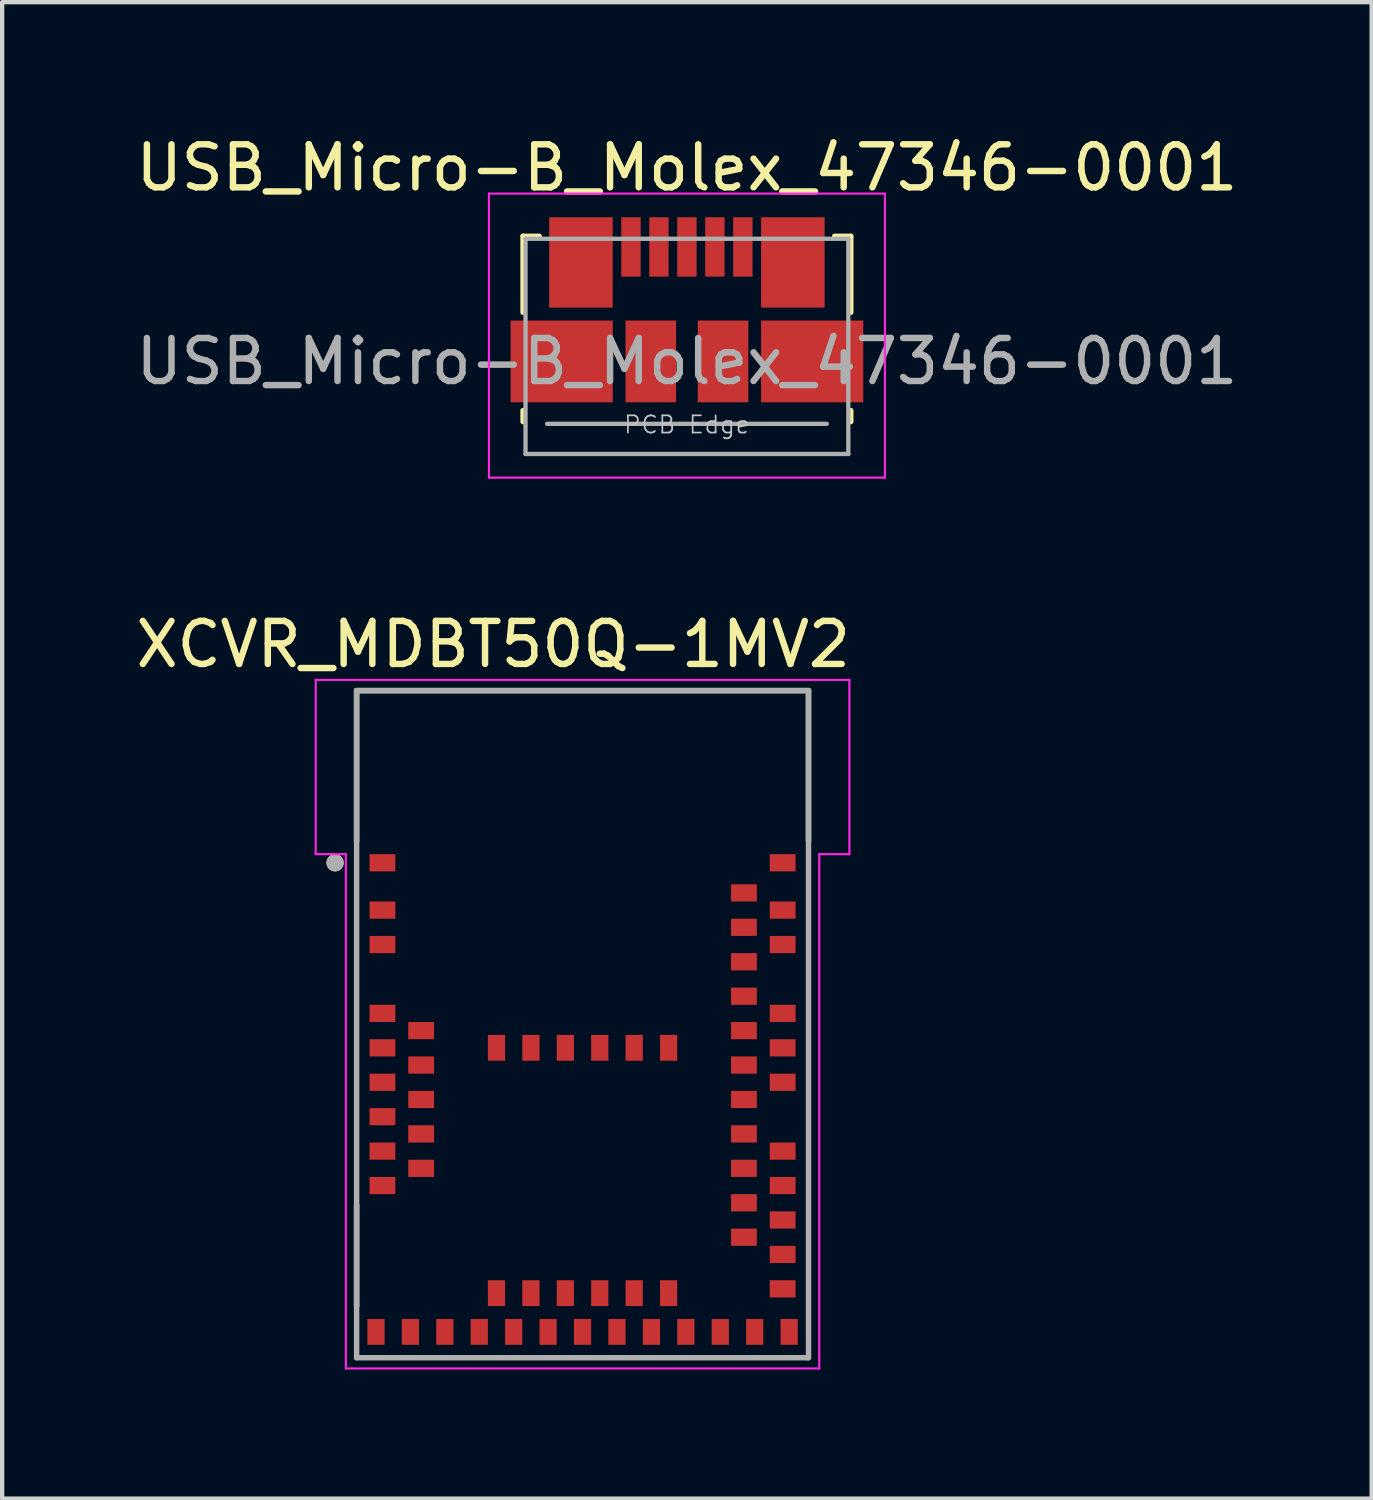
<source format=kicad_pcb>
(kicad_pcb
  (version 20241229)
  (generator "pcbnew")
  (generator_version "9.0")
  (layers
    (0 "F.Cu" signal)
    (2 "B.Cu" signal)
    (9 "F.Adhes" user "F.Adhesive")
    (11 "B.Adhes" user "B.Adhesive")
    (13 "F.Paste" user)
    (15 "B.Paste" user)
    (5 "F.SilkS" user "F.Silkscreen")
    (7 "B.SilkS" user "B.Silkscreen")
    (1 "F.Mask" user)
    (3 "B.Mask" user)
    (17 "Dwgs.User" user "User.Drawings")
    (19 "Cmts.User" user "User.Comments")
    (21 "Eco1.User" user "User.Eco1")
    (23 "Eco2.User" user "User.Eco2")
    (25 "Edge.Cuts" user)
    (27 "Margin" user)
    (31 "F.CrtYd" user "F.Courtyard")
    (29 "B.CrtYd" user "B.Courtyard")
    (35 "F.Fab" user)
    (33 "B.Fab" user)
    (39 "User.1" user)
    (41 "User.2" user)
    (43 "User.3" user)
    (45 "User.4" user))
  (footprint "XCVR_MDBT50Q-1MV2"
    (layer "F.Cu")
    (at 10.486 20.747)
    (property "Reference" "XCVR_MDBT50Q-1MV2" (at -2.075 -8.825 0) (layer "F.SilkS") (effects (font (size 1 1) (thickness 0.15))))
    (attr through_hole)
    (fp_line (start -5.25 -7.75) (end 5.25 -7.75) (stroke (width 0.127) (type solid)) (layer "F.SilkS"))
    (fp_line (start -5.25 -4.25) (end -5.25 -7.75) (stroke (width 0.127) (type solid)) (layer "F.SilkS"))
    (fp_line (start -5.25 4.2) (end -5.25 6.55) (stroke (width 0.127) (type solid)) (layer "F.SilkS"))
    (fp_line (start 5.25 -7.75) (end 5.25 -4.25) (stroke (width 0.127) (type solid)) (layer "F.SilkS"))
    (fp_circle (center -5.75 -3.75) (end -5.65 -3.75) (stroke (width 0.2) (type solid)) (fill no) (layer "F.SilkS"))
    (fp_line (start -6.2 -8) (end 6.2 -8) (stroke (width 0.05) (type solid)) (layer "F.CrtYd"))
    (fp_line (start -6.2 -3.95) (end -6.2 -8) (stroke (width 0.05) (type solid)) (layer "F.CrtYd"))
    (fp_line (start -5.5 -3.95) (end -6.2 -3.95) (stroke (width 0.05) (type solid)) (layer "F.CrtYd"))
    (fp_line (start -5.5 8) (end -5.5 -3.95) (stroke (width 0.05) (type solid)) (layer "F.CrtYd"))
    (fp_line (start 5.5 -3.95) (end 5.5 8) (stroke (width 0.05) (type solid)) (layer "F.CrtYd"))
    (fp_line (start 5.5 8) (end -5.5 8) (stroke (width 0.05) (type solid)) (layer "F.CrtYd"))
    (fp_line (start 6.2 -8) (end 6.2 -3.95) (stroke (width 0.05) (type solid)) (layer "F.CrtYd"))
    (fp_line (start 6.2 -3.95) (end 5.5 -3.95) (stroke (width 0.05) (type solid)) (layer "F.CrtYd"))
    (fp_line (start -5.25 -7.75) (end 5.25 -7.75) (stroke (width 0.127) (type solid)) (layer "F.Fab"))
    (fp_line (start -5.25 7.75) (end -5.25 -7.75) (stroke (width 0.127) (type solid)) (layer "F.Fab"))
    (fp_line (start 5.25 -7.75) (end 5.25 7.75) (stroke (width 0.127) (type solid)) (layer "F.Fab"))
    (fp_line (start 5.25 7.75) (end -5.25 7.75) (stroke (width 0.127) (type solid)) (layer "F.Fab"))
    (fp_circle (center -5.75 -3.75) (end -5.65 -3.75) (stroke (width 0.2) (type solid)) (fill no) (layer "F.Fab"))
    (pad "1" smd rect (at -4.65 -3.75) (size 0.6 0.4) (layers "F.Cu" "F.Mask" "F.Paste"))
    (pad "2" smd rect (at -4.65 -2.65) (size 0.6 0.4) (layers "F.Cu" "F.Mask" "F.Paste"))
    (pad "3" smd rect (at -4.65 -1.85) (size 0.6 0.4) (layers "F.Cu" "F.Mask" "F.Paste"))
    (pad "4" smd rect (at -4.65 -0.25) (size 0.6 0.4) (layers "F.Cu" "F.Mask" "F.Paste"))
    (pad "5" smd rect (at -3.75 0.15) (size 0.6 0.4) (layers "F.Cu" "F.Mask" "F.Paste"))
    (pad "6" smd rect (at -4.65 0.55) (size 0.6 0.4) (layers "F.Cu" "F.Mask" "F.Paste"))
    (pad "7" smd rect (at -3.75 0.95) (size 0.6 0.4) (layers "F.Cu" "F.Mask" "F.Paste"))
    (pad "8" smd rect (at -4.65 1.35) (size 0.6 0.4) (layers "F.Cu" "F.Mask" "F.Paste"))
    (pad "9" smd rect (at -3.75 1.75) (size 0.6 0.4) (layers "F.Cu" "F.Mask" "F.Paste"))
    (pad "10" smd rect (at -4.65 2.15) (size 0.6 0.4) (layers "F.Cu" "F.Mask" "F.Paste"))
    (pad "11" smd rect (at -3.75 2.55) (size 0.6 0.4) (layers "F.Cu" "F.Mask" "F.Paste"))
    (pad "12" smd rect (at -4.65 2.95) (size 0.6 0.4) (layers "F.Cu" "F.Mask" "F.Paste"))
    (pad "13" smd rect (at -3.75 3.35) (size 0.6 0.4) (layers "F.Cu" "F.Mask" "F.Paste"))
    (pad "14" smd rect (at -4.65 3.75) (size 0.6 0.4) (layers "F.Cu" "F.Mask" "F.Paste"))
    (pad "15" smd rect (at -4.8 7.15) (size 0.4 0.6) (layers "F.Cu" "F.Mask" "F.Paste"))
    (pad "16" smd rect (at -4 7.15) (size 0.4 0.6) (layers "F.Cu" "F.Mask" "F.Paste"))
    (pad "17" smd rect (at -3.2 7.15) (size 0.4 0.6) (layers "F.Cu" "F.Mask" "F.Paste"))
    (pad "18" smd rect (at -2.4 7.15) (size 0.4 0.6) (layers "F.Cu" "F.Mask" "F.Paste"))
    (pad "19" smd rect (at -2 6.25) (size 0.4 0.6) (layers "F.Cu" "F.Mask" "F.Paste"))
    (pad "20" smd rect (at -1.6 7.15) (size 0.4 0.6) (layers "F.Cu" "F.Mask" "F.Paste"))
    (pad "21" smd rect (at -1.2 6.25) (size 0.4 0.6) (layers "F.Cu" "F.Mask" "F.Paste"))
    (pad "22" smd rect (at -0.8 7.15) (size 0.4 0.6) (layers "F.Cu" "F.Mask" "F.Paste"))
    (pad "23" smd rect (at -0.4 6.25) (size 0.4 0.6) (layers "F.Cu" "F.Mask" "F.Paste"))
    (pad "24" smd rect (at 0 7.15) (size 0.4 0.6) (layers "F.Cu" "F.Mask" "F.Paste"))
    (pad "25" smd rect (at 0.4 6.25) (size 0.4 0.6) (layers "F.Cu" "F.Mask" "F.Paste"))
    (pad "26" smd rect (at 0.8 7.15) (size 0.4 0.6) (layers "F.Cu" "F.Mask" "F.Paste"))
    (pad "27" smd rect (at 1.2 6.25) (size 0.4 0.6) (layers "F.Cu" "F.Mask" "F.Paste"))
    (pad "28" smd rect (at 1.6 7.15) (size 0.4 0.6) (layers "F.Cu" "F.Mask" "F.Paste"))
    (pad "29" smd rect (at 2 6.25) (size 0.4 0.6) (layers "F.Cu" "F.Mask" "F.Paste"))
    (pad "30" smd rect (at 2.4 7.15) (size 0.4 0.6) (layers "F.Cu" "F.Mask" "F.Paste"))
    (pad "31" smd rect (at 3.2 7.15) (size 0.4 0.6) (layers "F.Cu" "F.Mask" "F.Paste"))
    (pad "32" smd rect (at 4 7.15) (size 0.4 0.6) (layers "F.Cu" "F.Mask" "F.Paste"))
    (pad "33" smd rect (at 4.8 7.15) (size 0.4 0.6) (layers "F.Cu" "F.Mask" "F.Paste"))
    (pad "34" smd rect (at 4.65 6.15 180) (size 0.6 0.4) (layers "F.Cu" "F.Mask" "F.Paste"))
    (pad "35" smd rect (at 4.65 5.35 180) (size 0.6 0.4) (layers "F.Cu" "F.Mask" "F.Paste"))
    (pad "36" smd rect (at 3.75 4.95 180) (size 0.6 0.4) (layers "F.Cu" "F.Mask" "F.Paste"))
    (pad "37" smd rect (at 4.65 4.55 180) (size 0.6 0.4) (layers "F.Cu" "F.Mask" "F.Paste"))
    (pad "38" smd rect (at 3.75 4.15 180) (size 0.6 0.4) (layers "F.Cu" "F.Mask" "F.Paste"))
    (pad "39" smd rect (at 4.65 3.75 180) (size 0.6 0.4) (layers "F.Cu" "F.Mask" "F.Paste"))
    (pad "40" smd rect (at 3.75 3.35 180) (size 0.6 0.4) (layers "F.Cu" "F.Mask" "F.Paste"))
    (pad "41" smd rect (at 4.65 2.95 180) (size 0.6 0.4) (layers "F.Cu" "F.Mask" "F.Paste"))
    (pad "42" smd rect (at 3.75 2.55 180) (size 0.6 0.4) (layers "F.Cu" "F.Mask" "F.Paste"))
    (pad "43" smd rect (at 3.75 1.75 180) (size 0.6 0.4) (layers "F.Cu" "F.Mask" "F.Paste"))
    (pad "44" smd rect (at 4.65 1.35 180) (size 0.6 0.4) (layers "F.Cu" "F.Mask" "F.Paste"))
    (pad "45" smd rect (at 3.75 0.95 180) (size 0.6 0.4) (layers "F.Cu" "F.Mask" "F.Paste"))
    (pad "46" smd rect (at 4.65 0.55 180) (size 0.6 0.4) (layers "F.Cu" "F.Mask" "F.Paste"))
    (pad "47" smd rect (at 3.75 0.15 180) (size 0.6 0.4) (layers "F.Cu" "F.Mask" "F.Paste"))
    (pad "48" smd rect (at 4.65 -0.25 180) (size 0.6 0.4) (layers "F.Cu" "F.Mask" "F.Paste"))
    (pad "49" smd rect (at 3.75 -0.65 180) (size 0.6 0.4) (layers "F.Cu" "F.Mask" "F.Paste"))
    (pad "50" smd rect (at 3.75 -1.45 180) (size 0.6 0.4) (layers "F.Cu" "F.Mask" "F.Paste"))
    (pad "51" smd rect (at 4.65 -1.85 180) (size 0.6 0.4) (layers "F.Cu" "F.Mask" "F.Paste"))
    (pad "52" smd rect (at 3.75 -2.25 180) (size 0.6 0.4) (layers "F.Cu" "F.Mask" "F.Paste"))
    (pad "53" smd rect (at 4.65 -2.65 180) (size 0.6 0.4) (layers "F.Cu" "F.Mask" "F.Paste"))
    (pad "54" smd rect (at 3.75 -3.05 180) (size 0.6 0.4) (layers "F.Cu" "F.Mask" "F.Paste"))
    (pad "55" smd rect (at 4.65 -3.75 180) (size 0.6 0.4) (layers "F.Cu" "F.Mask" "F.Paste"))
    (pad "56" smd rect (at -2 0.55) (size 0.4 0.6) (layers "F.Cu" "F.Mask" "F.Paste"))
    (pad "57" smd rect (at -1.2 0.55) (size 0.4 0.6) (layers "F.Cu" "F.Mask" "F.Paste"))
    (pad "58" smd rect (at -0.4 0.55) (size 0.4 0.6) (layers "F.Cu" "F.Mask" "F.Paste"))
    (pad "59" smd rect (at 0.4 0.55) (size 0.4 0.6) (layers "F.Cu" "F.Mask" "F.Paste"))
    (pad "60" smd rect (at 1.2 0.55) (size 0.4 0.6) (layers "F.Cu" "F.Mask" "F.Paste"))
    (pad "61" smd rect (at 2 0.55) (size 0.4 0.6) (layers "F.Cu" "F.Mask" "F.Paste"))
    (zone (net_name "") (layer "F.Cu") (hatch full 0.508) (connect_pads) (min_thickness 0.01) (filled_areas_thickness no) (keepout (tracks not_allowed) (vias not_allowed) (pads not_allowed) (copperpour not_allowed) (footprints allowed)) (placement (enabled no)) (fill) (polygon (pts (xy 4.286 12.996) (xy 16.686 12.996) (xy 16.686 16.797) (xy 4.286 16.797))))
    (zone (net_name "") (layer "F.Cu") (hatch full 0.508) (connect_pads) (min_thickness 0.01) (filled_areas_thickness no) (keepout (tracks not_allowed) (vias not_allowed) (pads not_allowed) (copperpour not_allowed) (footprints allowed)) (placement (enabled no)) (fill) (polygon (pts (xy 8.186 16.797) (xy 9.786 16.797) (xy 9.786 17.997) (xy 8.186 17.997))))
    (zone (net_name "") (layers "F.Cu" "B.Cu") (hatch full 0.508) (connect_pads) (min_thickness 0.01) (filled_areas_thickness no) (keepout (tracks allowed) (vias not_allowed) (pads allowed) (copperpour allowed) (footprints allowed)) (placement (enabled no)) (fill) (polygon (pts (xy 4.286 12.996) (xy 16.686 12.996) (xy 16.686 16.797) (xy 4.286 16.797))))
    (zone (net_name "") (layers "F.Cu" "B.Cu") (hatch full 0.508) (connect_pads) (min_thickness 0.01) (filled_areas_thickness no) (keepout (tracks allowed) (vias not_allowed) (pads allowed) (copperpour allowed) (footprints allowed)) (placement (enabled no)) (fill) (polygon (pts (xy 8.186 16.797) (xy 9.786 16.797) (xy 9.786 17.997) (xy 8.186 17.997))))
    (zone (net_name "") (layer "B.Cu") (hatch full 0.508) (connect_pads) (min_thickness 0.01) (filled_areas_thickness no) (keepout (tracks not_allowed) (vias not_allowed) (pads not_allowed) (copperpour not_allowed) (footprints allowed)) (placement (enabled no)) (fill) (polygon (pts (xy 4.286 12.996) (xy 16.686 12.996) (xy 16.686 16.797) (xy 4.286 16.797)))))
  (footprint "USB_Micro-B_Molex_47346-0001"
    (layer "F.Cu")
    (at 12.911 5.348)
    (property "Reference" "USB_Micro-B_Molex_47346-0001" (at 0 -4.5 180) (layer "F.SilkS") (effects (font (size 1 1) (thickness 0.15))))
    (attr smd)
    (fp_line (start -3.81 -2.91) (end -3.43 -2.91) (stroke (width 0.12) (type solid)) (layer "F.SilkS"))
    (fp_line (start -3.81 -1.14) (end -3.81 -2.91) (stroke (width 0.12) (type solid)) (layer "F.SilkS"))
    (fp_line (start -3.81 1.4) (end -3.81 1.14) (stroke (width 0.12) (type solid)) (layer "F.SilkS"))
    (fp_line (start 3.81 -2.91) (end 3.43 -2.91) (stroke (width 0.12) (type solid)) (layer "F.SilkS"))
    (fp_line (start 3.81 -2.91) (end 3.81 -1.14) (stroke (width 0.12) (type solid)) (layer "F.SilkS"))
    (fp_line (start 3.81 1.14) (end 3.81 1.4) (stroke (width 0.12) (type solid)) (layer "F.SilkS"))
    (fp_line (start -4.6 -3.9) (end 4.6 -3.9) (stroke (width 0.05) (type solid)) (layer "F.CrtYd"))
    (fp_line (start -4.6 2.7) (end -4.6 -3.9) (stroke (width 0.05) (type solid)) (layer "F.CrtYd"))
    (fp_line (start 4.6 -3.9) (end 4.6 2.7) (stroke (width 0.05) (type solid)) (layer "F.CrtYd"))
    (fp_line (start 4.6 2.7) (end -4.6 2.7) (stroke (width 0.05) (type solid)) (layer "F.CrtYd"))
    (fp_line (start -3.75 -2.85) (end 3.75 -2.85) (stroke (width 0.1) (type solid)) (layer "F.Fab"))
    (fp_line (start -3.75 2.15) (end -3.75 -2.85) (stroke (width 0.1) (type solid)) (layer "F.Fab"))
    (fp_line (start -3.25 1.45) (end 3.25 1.45) (stroke (width 0.1) (type solid)) (layer "F.Fab"))
    (fp_line (start 3.75 -2.85) (end 3.75 2.15) (stroke (width 0.1) (type solid)) (layer "F.Fab"))
    (fp_line (start 3.75 2.15) (end -3.75 2.15) (stroke (width 0.1) (type solid)) (layer "F.Fab"))
    (fp_text user "PCB Edge" (at 0 1.47 180) (layer "Dwgs.User") (effects (font (size 0.4 0.4) (thickness 0.04))))
    (fp_text user "${REFERENCE}" (at 0 0 0) (layer "F.Fab") (effects (font (size 1 1) (thickness 0.15))))
    (pad "1" smd rect (at -1.3 -2.66) (size 0.45 1.38) (layers "F.Cu" "F.Mask" "F.Paste"))
    (pad "2" smd rect (at -0.65 -2.66) (size 0.45 1.38) (layers "F.Cu" "F.Mask" "F.Paste"))
    (pad "3" smd rect (at 0 -2.66) (size 0.45 1.38) (layers "F.Cu" "F.Mask" "F.Paste"))
    (pad "4" smd rect (at 0.65 -2.66) (size 0.45 1.38) (layers "F.Cu" "F.Mask" "F.Paste"))
    (pad "5" smd rect (at 1.3 -2.66) (size 0.45 1.38) (layers "F.Cu" "F.Mask" "F.Paste"))
    (pad "6" smd rect (at -2.91 0) (size 2.375 1.9) (layers "F.Cu" "F.Mask" "F.Paste"))
    (pad "6" smd rect (at -2.462 -2.3) (size 1.475 2.1) (layers "F.Cu" "F.Mask" "F.Paste"))
    (pad "6" smd rect (at -0.84 0) (size 1.175 1.9) (layers "F.Cu" "F.Mask" "F.Paste"))
    (pad "6" smd rect (at 0.84 0) (size 1.175 1.9) (layers "F.Cu" "F.Mask" "F.Paste"))
    (pad "6" smd rect (at 2.462 -2.3) (size 1.475 2.1) (layers "F.Cu" "F.Mask" "F.Paste"))
    (pad "6" smd rect (at 2.91 0) (size 2.375 1.9) (layers "F.Cu" "F.Mask" "F.Paste")))
  (gr_rect
    (start -3 -3)
    (end 28.821 31.771)
    (stroke (width 0.1) (type default))
    (fill no)
    (layer "Edge.Cuts")))
</source>
